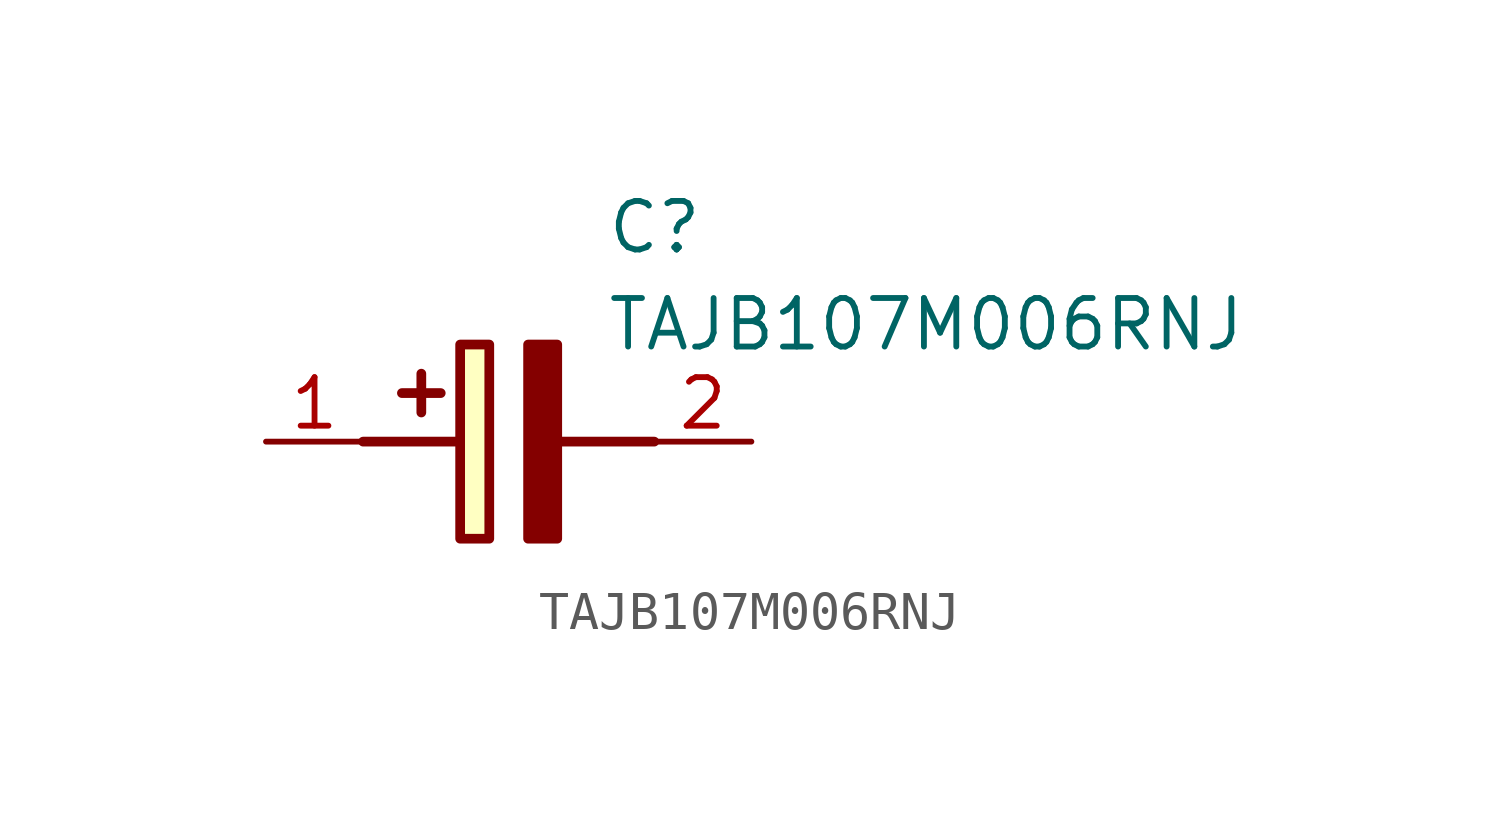
<source format=kicad_sym>
(kicad_symbol_lib
  (version 20211014)
  (generator SamacSys_ECAD_Model)
  (symbol "TAJB107M006RNJ"
    (pin_names hide)
    (property "Reference" "C"
      (at 8.89 6.35 0)
      (effects (font (size 1.27 1.27)) (justify left top)))
    (property "Value" "TAJB107M006RNJ"
      (at 8.89 3.81 0)
      (effects (font (size 1.27 1.27)) (justify left top)))
    (rectangle
      (start 5.08 2.54)
      (end 5.842 -2.54)
      (stroke (width 0.254) (type default))
      (fill (type background)))
    (polyline
      (pts (xy 4.572 1.27) (xy 3.556 1.27))
      (stroke (width 0.254) (type default))
      (fill (type none)))
    (polyline
      (pts (xy 4.064 1.778) (xy 4.064 0.762))
      (stroke (width 0.254) (type default))
      (fill (type none)))
    (polyline
      (pts (xy 2.54 0) (xy 5.08 0))
      (stroke (width 0.254) (type default))
      (fill (type none)))
    (polyline
      (pts (xy 7.62 0) (xy 10.16 0))
      (stroke (width 0.254) (type default))
      (fill (type none)))
    (polyline
      (pts (xy 7.62 2.54) (xy 7.62 -2.54) (xy 6.858 -2.54) (xy 6.858 2.54) (xy 7.62 2.54))
      (stroke (width 0.254) (type default))
      (fill (type outline)))
    (pin passive line
      (at 0 0 0)
      (length 2.54)
      (name "+" (effects (font (size 1.27 1.27))))
      (number "1" (effects (font (size 1.27 1.27)))))
    (pin passive line
      (at 12.7 0 180)
      (length 2.54)
      (name "-" (effects (font (size 1.27 1.27))))
      (number "2" (effects (font (size 1.27 1.27)))))))
</source>
